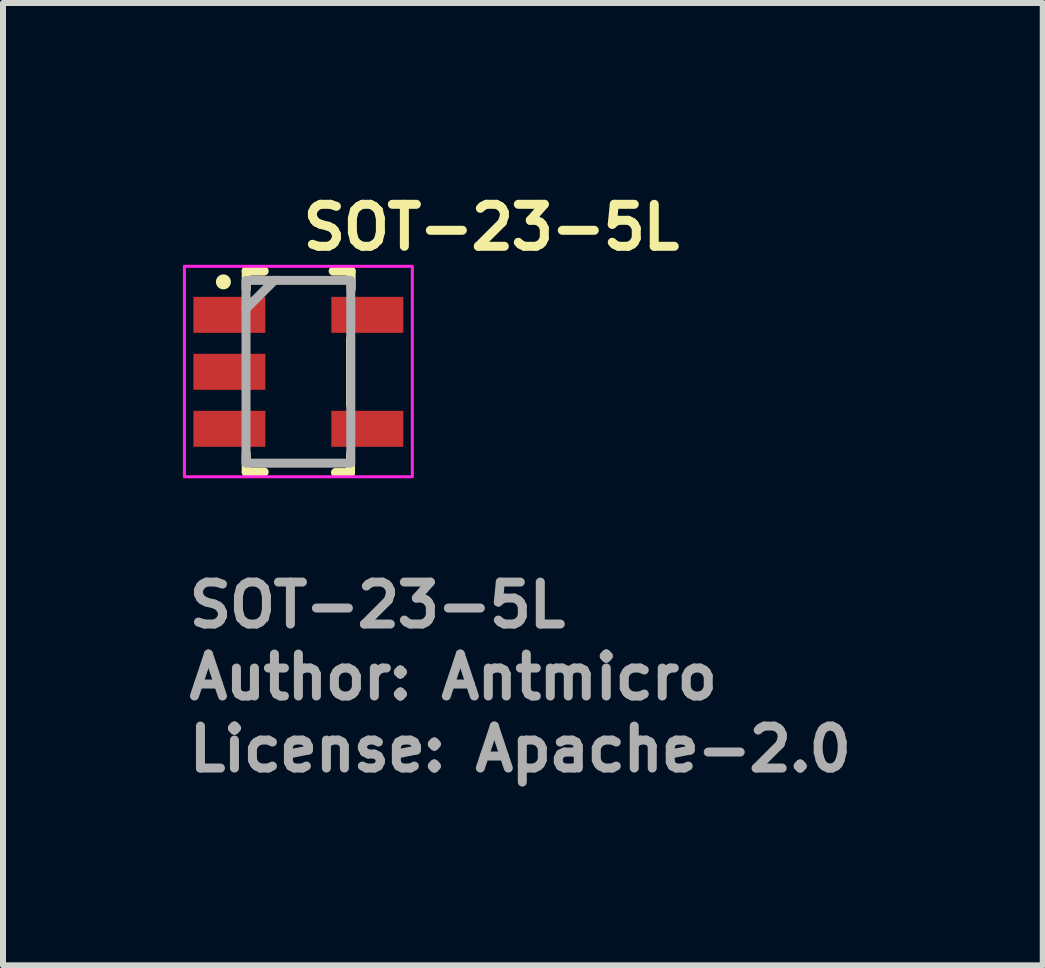
<source format=kicad_pcb>
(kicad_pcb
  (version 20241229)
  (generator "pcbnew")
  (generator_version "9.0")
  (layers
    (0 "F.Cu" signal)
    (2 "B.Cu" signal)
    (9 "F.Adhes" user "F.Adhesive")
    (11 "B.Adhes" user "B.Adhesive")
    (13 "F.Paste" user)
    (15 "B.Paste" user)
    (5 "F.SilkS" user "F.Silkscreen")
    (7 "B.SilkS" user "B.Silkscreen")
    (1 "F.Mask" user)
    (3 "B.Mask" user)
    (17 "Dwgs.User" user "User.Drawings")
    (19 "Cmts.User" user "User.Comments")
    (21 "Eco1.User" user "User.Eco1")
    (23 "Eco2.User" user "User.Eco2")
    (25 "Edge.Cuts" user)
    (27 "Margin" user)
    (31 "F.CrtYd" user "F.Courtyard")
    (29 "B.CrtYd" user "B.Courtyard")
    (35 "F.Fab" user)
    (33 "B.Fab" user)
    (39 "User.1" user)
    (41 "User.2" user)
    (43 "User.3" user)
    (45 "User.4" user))
  (footprint "SOT-23-5L"
    (layer "F.Cu")
    (at 1.925 3.15)
    (property "Reference" "SOT-23-5L" (at 0.002 -2 0) (layer "F.SilkS") (effects (font (size 0.7 0.7) (thickness 0.15)) (justify left bottom)))
    (attr smd)
    (fp_line (start -0.87 -1.68) (end -0.87 -1.38) (stroke (width 0.15) (type solid)) (layer "F.SilkS"))
    (fp_line (start -0.87 -1.68) (end -0.57 -1.68) (stroke (width 0.15) (type solid)) (layer "F.SilkS"))
    (fp_line (start -0.87 1.67) (end -0.87 1.371) (stroke (width 0.15) (type solid)) (layer "F.SilkS"))
    (fp_line (start -0.57 1.67) (end -0.87 1.67) (stroke (width 0.15) (type solid)) (layer "F.SilkS"))
    (fp_line (start 0.87 0.55) (end 0.87 -0.55) (stroke (width 0.15) (type solid)) (layer "F.SilkS"))
    (fp_line (start 0.87 1.381) (end 0.87 1.679) (stroke (width 0.15) (type solid)) (layer "F.SilkS"))
    (fp_line (start 0.87 1.679) (end 0.619 1.679) (stroke (width 0.15) (type solid)) (layer "F.SilkS"))
    (fp_line (start 0.88 -1.68) (end 0.58 -1.68) (stroke (width 0.15) (type solid)) (layer "F.SilkS"))
    (fp_line (start 0.88 -1.38) (end 0.88 -1.68) (stroke (width 0.15) (type solid)) (layer "F.SilkS"))
    (fp_circle (center -1.25 -1.5) (end -1.2 -1.5) (stroke (width 0.15) (type solid)) (fill yes) (layer "F.SilkS"))
    (fp_rect (start 1.9 -1.76) (end -1.9 1.75) (stroke (width 0.05) (type solid)) (fill no) (layer "F.CrtYd"))
    (fp_line (start -0.398 -1.526) (end -0.874 -1.05) (stroke (width 0.15) (type solid)) (layer "F.Fab"))
    (fp_rect (start 0.874 1.523) (end -0.873 -1.525) (stroke (width 0.15) (type solid)) (fill no) (layer "F.Fab"))
    (fp_rect (start 1.249 -1.5) (end -1.25 1.499) (stroke (width 0.1) (type solid)) (fill no) (layer "User.5"))
    (fp_line (start -1.25 -1.176) (end -1.25 -0.725) (stroke (width 0.02) (type solid)) (layer "User.9"))
    (fp_line (start -1.25 0.225) (end -1.25 -0.227) (stroke (width 0.02) (type solid)) (layer "User.9"))
    (fp_line (start -1.25 1.175) (end -1.25 0.723) (stroke (width 0.02) (type solid)) (layer "User.9"))
    (fp_line (start -1.027 -1.176) (end -1.25 -1.176) (stroke (width 0.02) (type solid)) (layer "User.9"))
    (fp_line (start -1.027 -1.176) (end -0.977 -1.176) (stroke (width 0.02) (type solid)) (layer "User.9"))
    (fp_line (start -1.027 -0.725) (end -1.25 -0.725) (stroke (width 0.02) (type solid)) (layer "User.9"))
    (fp_line (start -1.027 -0.227) (end -1.25 -0.227) (stroke (width 0.02) (type solid)) (layer "User.9"))
    (fp_line (start -1.027 -0.227) (end -0.977 -0.227) (stroke (width 0.02) (type solid)) (layer "User.9"))
    (fp_line (start -1.027 0.225) (end -1.25 0.225) (stroke (width 0.02) (type solid)) (layer "User.9"))
    (fp_line (start -1.027 0.723) (end -1.25 0.723) (stroke (width 0.02) (type solid)) (layer "User.9"))
    (fp_line (start -1.027 0.723) (end -0.977 0.723) (stroke (width 0.02) (type solid)) (layer "User.9"))
    (fp_line (start -1.027 1.175) (end -1.25 1.175) (stroke (width 0.02) (type solid)) (layer "User.9"))
    (fp_line (start -0.977 -0.725) (end -1.027 -0.725) (stroke (width 0.02) (type solid)) (layer "User.9"))
    (fp_line (start -0.977 0.225) (end -1.027 0.225) (stroke (width 0.02) (type solid)) (layer "User.9"))
    (fp_line (start -0.977 1.175) (end -1.027 1.175) (stroke (width 0.02) (type solid)) (layer "User.9"))
    (fp_line (start -0.956 -1.176) (end -0.977 -1.176) (stroke (width 0.02) (type solid)) (layer "User.9"))
    (fp_line (start -0.956 -1.176) (end -0.756 -1.176) (stroke (width 0.02) (type solid)) (layer "User.9"))
    (fp_line (start -0.956 -0.725) (end -0.977 -0.725) (stroke (width 0.02) (type solid)) (layer "User.9"))
    (fp_line (start -0.956 -0.227) (end -0.977 -0.227) (stroke (width 0.02) (type solid)) (layer "User.9"))
    (fp_line (start -0.956 -0.227) (end -0.756 -0.227) (stroke (width 0.02) (type solid)) (layer "User.9"))
    (fp_line (start -0.956 0.225) (end -0.977 0.225) (stroke (width 0.02) (type solid)) (layer "User.9"))
    (fp_line (start -0.956 0.723) (end -0.977 0.723) (stroke (width 0.02) (type solid)) (layer "User.9"))
    (fp_line (start -0.956 0.723) (end -0.756 0.723) (stroke (width 0.02) (type solid)) (layer "User.9"))
    (fp_line (start -0.956 1.175) (end -0.977 1.175) (stroke (width 0.02) (type solid)) (layer "User.9"))
    (fp_line (start -0.756 -0.725) (end -0.956 -0.725) (stroke (width 0.02) (type solid)) (layer "User.9"))
    (fp_line (start -0.756 0.225) (end -0.956 0.225) (stroke (width 0.02) (type solid)) (layer "User.9"))
    (fp_line (start -0.756 1.175) (end -0.956 1.175) (stroke (width 0.02) (type solid)) (layer "User.9"))
    (fp_line (start -0.7 -1.5) (end -0.7 -1.176) (stroke (width 0.02) (type solid)) (layer "User.9"))
    (fp_line (start -0.7 -1.176) (end -0.756 -1.176) (stroke (width 0.02) (type solid)) (layer "User.9"))
    (fp_line (start -0.7 -1.176) (end -0.7 -0.725) (stroke (width 0.02) (type solid)) (layer "User.9"))
    (fp_line (start -0.7 -0.725) (end -0.756 -0.725) (stroke (width 0.02) (type solid)) (layer "User.9"))
    (fp_line (start -0.7 -0.725) (end -0.7 -0.227) (stroke (width 0.02) (type solid)) (layer "User.9"))
    (fp_line (start -0.7 -0.227) (end -0.756 -0.227) (stroke (width 0.02) (type solid)) (layer "User.9"))
    (fp_line (start -0.7 -0.227) (end -0.7 0.225) (stroke (width 0.02) (type solid)) (layer "User.9"))
    (fp_line (start -0.7 0.225) (end -0.756 0.225) (stroke (width 0.02) (type solid)) (layer "User.9"))
    (fp_line (start -0.7 0.225) (end -0.7 0.723) (stroke (width 0.02) (type solid)) (layer "User.9"))
    (fp_line (start -0.7 0.723) (end -0.756 0.723) (stroke (width 0.02) (type solid)) (layer "User.9"))
    (fp_line (start -0.7 0.723) (end -0.7 1.175) (stroke (width 0.02) (type solid)) (layer "User.9"))
    (fp_line (start -0.7 1.175) (end -0.756 1.175) (stroke (width 0.02) (type solid)) (layer "User.9"))
    (fp_line (start -0.7 1.175) (end -0.7 1.499) (stroke (width 0.02) (type solid)) (layer "User.9"))
    (fp_line (start -0.7 1.499) (end 0.7 1.499) (stroke (width 0.02) (type solid)) (layer "User.9"))
    (fp_line (start -0.652 -1.452) (end -0.7 -1.5) (stroke (width 0.02) (type solid)) (layer "User.9"))
    (fp_line (start -0.652 -1.452) (end -0.652 1.451) (stroke (width 0.02) (type solid)) (layer "User.9"))
    (fp_line (start -0.652 1.451) (end -0.7 1.499) (stroke (width 0.02) (type solid)) (layer "User.9"))
    (fp_line (start -0.652 1.451) (end 0.652 1.451) (stroke (width 0.02) (type solid)) (layer "User.9"))
    (fp_line (start 0.652 -1.452) (end -0.652 -1.452) (stroke (width 0.02) (type solid)) (layer "User.9"))
    (fp_line (start 0.652 -1.452) (end 0.7 -1.5) (stroke (width 0.02) (type solid)) (layer "User.9"))
    (fp_line (start 0.652 1.451) (end 0.652 -1.452) (stroke (width 0.02) (type solid)) (layer "User.9"))
    (fp_line (start 0.652 1.451) (end 0.7 1.499) (stroke (width 0.02) (type solid)) (layer "User.9"))
    (fp_line (start 0.7 -1.5) (end -0.7 -1.5) (stroke (width 0.02) (type solid)) (layer "User.9"))
    (fp_line (start 0.7 -1.176) (end 0.7 -1.5) (stroke (width 0.02) (type solid)) (layer "User.9"))
    (fp_line (start 0.7 -1.176) (end 0.756 -1.176) (stroke (width 0.02) (type solid)) (layer "User.9"))
    (fp_line (start 0.7 -0.725) (end 0.7 -1.176) (stroke (width 0.02) (type solid)) (layer "User.9"))
    (fp_line (start 0.7 -0.725) (end 0.756 -0.725) (stroke (width 0.02) (type solid)) (layer "User.9"))
    (fp_line (start 0.7 0.723) (end 0.7 -0.725) (stroke (width 0.02) (type solid)) (layer "User.9"))
    (fp_line (start 0.7 0.723) (end 0.756 0.723) (stroke (width 0.02) (type solid)) (layer "User.9"))
    (fp_line (start 0.7 1.175) (end 0.7 0.723) (stroke (width 0.02) (type solid)) (layer "User.9"))
    (fp_line (start 0.7 1.175) (end 0.756 1.175) (stroke (width 0.02) (type solid)) (layer "User.9"))
    (fp_line (start 0.7 1.499) (end 0.7 1.175) (stroke (width 0.02) (type solid)) (layer "User.9"))
    (fp_line (start 0.756 -1.176) (end 0.956 -1.176) (stroke (width 0.02) (type solid)) (layer "User.9"))
    (fp_line (start 0.756 0.723) (end 0.956 0.723) (stroke (width 0.02) (type solid)) (layer "User.9"))
    (fp_line (start 0.956 -1.176) (end 0.977 -1.176) (stroke (width 0.02) (type solid)) (layer "User.9"))
    (fp_line (start 0.956 -0.725) (end 0.756 -0.725) (stroke (width 0.02) (type solid)) (layer "User.9"))
    (fp_line (start 0.956 -0.725) (end 0.977 -0.725) (stroke (width 0.02) (type solid)) (layer "User.9"))
    (fp_line (start 0.956 0.723) (end 0.977 0.723) (stroke (width 0.02) (type solid)) (layer "User.9"))
    (fp_line (start 0.956 1.175) (end 0.756 1.175) (stroke (width 0.02) (type solid)) (layer "User.9"))
    (fp_line (start 0.956 1.175) (end 0.977 1.175) (stroke (width 0.02) (type solid)) (layer "User.9"))
    (fp_line (start 0.977 -1.176) (end 1.026 -1.176) (stroke (width 0.02) (type solid)) (layer "User.9"))
    (fp_line (start 0.977 0.723) (end 1.026 0.723) (stroke (width 0.02) (type solid)) (layer "User.9"))
    (fp_line (start 1.026 -1.176) (end 1.249 -1.176) (stroke (width 0.02) (type solid)) (layer "User.9"))
    (fp_line (start 1.026 -0.725) (end 0.977 -0.725) (stroke (width 0.02) (type solid)) (layer "User.9"))
    (fp_line (start 1.026 -0.725) (end 1.249 -0.725) (stroke (width 0.02) (type solid)) (layer "User.9"))
    (fp_line (start 1.026 0.723) (end 1.249 0.723) (stroke (width 0.02) (type solid)) (layer "User.9"))
    (fp_line (start 1.026 1.175) (end 0.977 1.175) (stroke (width 0.02) (type solid)) (layer "User.9"))
    (fp_line (start 1.026 1.175) (end 1.249 1.175) (stroke (width 0.02) (type solid)) (layer "User.9"))
    (fp_line (start 1.249 -1.176) (end 1.249 -0.725) (stroke (width 0.02) (type solid)) (layer "User.9"))
    (fp_line (start 1.249 1.175) (end 1.249 0.723) (stroke (width 0.02) (type solid)) (layer "User.9"))
    (fp_text user "License: Apache-2.0" (at -1.898 6.7 0) (layer "F.Fab") (effects (font (size 0.7 0.7) (thickness 0.15)) (justify left bottom)))
    (fp_text user "${REFERENCE}" (at -1.898 4.299 0) (layer "F.Fab") (effects (font (size 0.7 0.7) (thickness 0.15)) (justify left bottom)))
    (fp_text user "Author: Antmicro" (at -1.898 5.499 0) (layer "F.Fab") (effects (font (size 0.7 0.7) (thickness 0.15)) (justify left bottom)))
    (pad "1" smd rect (at -1.15 -0.95 270) (size 0.6 1.2) (layers "F.Cu" "F.Mask" "F.Paste"))
    (pad "2" smd rect (at -1.15 0 270) (size 0.6 1.2) (layers "F.Cu" "F.Mask" "F.Paste"))
    (pad "3" smd rect (at -1.15 0.95 270) (size 0.6 1.2) (layers "F.Cu" "F.Mask" "F.Paste"))
    (pad "4" smd rect (at 1.15 0.95 270) (size 0.6 1.2) (layers "F.Cu" "F.Mask" "F.Paste"))
    (pad "5" smd rect (at 1.15 -0.95 270) (size 0.6 1.2) (layers "F.Cu" "F.Mask" "F.Paste")))
  (gr_rect
    (start -3 -3)
    (end 14.337 13.046)
    (stroke (width 0.1) (type default))
    (fill no)
    (layer "Edge.Cuts")))
</source>
